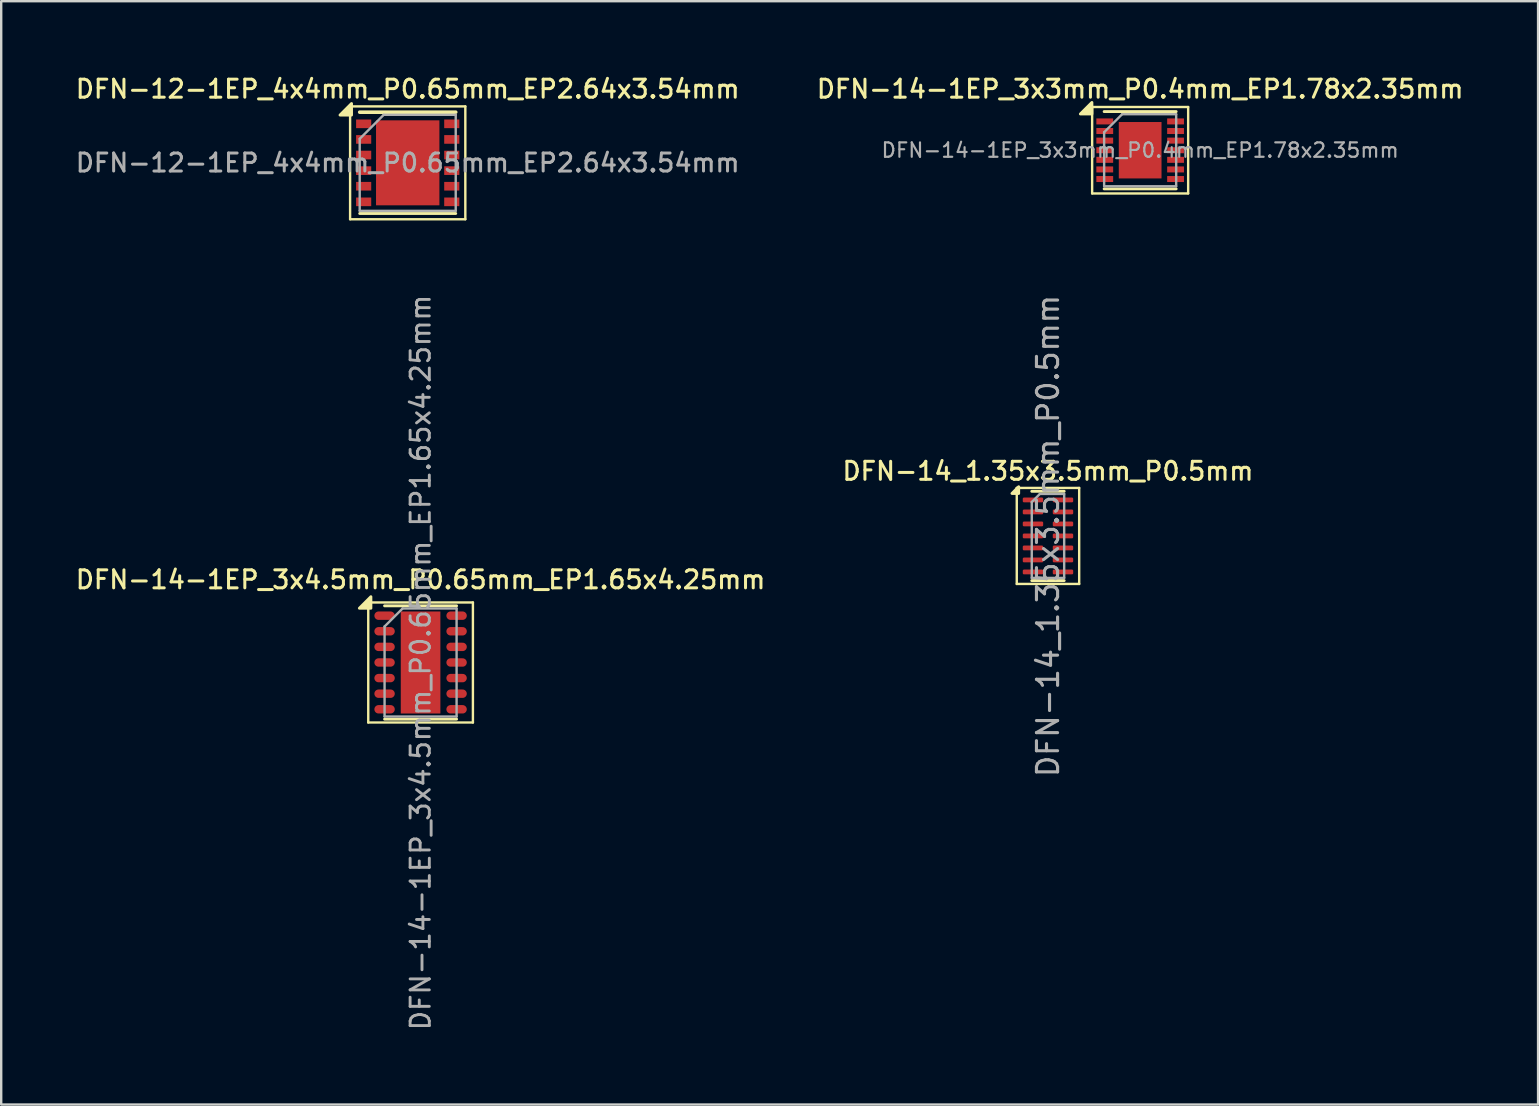
<source format=kicad_pcb>
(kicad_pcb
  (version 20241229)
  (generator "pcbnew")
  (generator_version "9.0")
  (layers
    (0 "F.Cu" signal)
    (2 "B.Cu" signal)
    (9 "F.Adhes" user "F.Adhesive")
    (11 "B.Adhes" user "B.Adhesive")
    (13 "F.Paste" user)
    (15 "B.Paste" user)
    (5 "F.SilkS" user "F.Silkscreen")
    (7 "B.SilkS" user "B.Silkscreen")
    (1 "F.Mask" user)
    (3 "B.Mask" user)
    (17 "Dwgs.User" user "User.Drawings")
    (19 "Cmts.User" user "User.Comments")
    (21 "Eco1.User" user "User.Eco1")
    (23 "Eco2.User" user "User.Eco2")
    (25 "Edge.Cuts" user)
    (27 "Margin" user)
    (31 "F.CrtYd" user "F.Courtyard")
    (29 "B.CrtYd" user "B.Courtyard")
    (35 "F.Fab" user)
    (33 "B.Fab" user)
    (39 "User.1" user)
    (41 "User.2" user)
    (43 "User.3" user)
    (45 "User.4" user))
  (footprint "DFN-14_1.35x3.5mm_P0.5mm"
    (layer "F.Cu")
    (at 40.605 19.276)
    (property "Reference" "DFN-14_1.35x3.5mm_P0.5mm" (at 0 -2.7 0) (layer "F.SilkS") (effects (font (size 0.75 0.75) (thickness 0.125))))
    (attr smd)
    (fp_line (start -1.3 -2) (end -1.3 2) (stroke (width 0.1) (type solid)) (layer "F.SilkS"))
    (fp_line (start -1.3 2) (end 1.3 2) (stroke (width 0.1) (type solid)) (layer "F.SilkS"))
    (fp_line (start -0.675 -1.86) (end 0.675 -1.86) (stroke (width 0.12) (type solid)) (layer "F.SilkS"))
    (fp_line (start -0.675 1.86) (end 0.675 1.86) (stroke (width 0.12) (type solid)) (layer "F.SilkS"))
    (fp_line (start 1.3 -2) (end -1.3 -2) (stroke (width 0.1) (type solid)) (layer "F.SilkS"))
    (fp_line (start 1.3 2) (end 1.3 -2) (stroke (width 0.1) (type solid)) (layer "F.SilkS"))
    (fp_poly (pts (xy -1.22 -1.77) (xy -1.5 -1.77) (xy -1.22 -2.05) (xy -1.22 -1.77)) (stroke (width 0.12) (type solid)) (fill yes) (layer "F.SilkS"))
    (fp_line (start -0.675 -1.413) (end -0.338 -1.75) (stroke (width 0.1) (type solid)) (layer "F.Fab"))
    (fp_line (start -0.675 1.75) (end -0.675 -1.413) (stroke (width 0.1) (type solid)) (layer "F.Fab"))
    (fp_line (start -0.338 -1.75) (end 0.675 -1.75) (stroke (width 0.1) (type solid)) (layer "F.Fab"))
    (fp_line (start 0.675 -1.75) (end 0.675 1.75) (stroke (width 0.1) (type solid)) (layer "F.Fab"))
    (fp_line (start 0.675 1.75) (end -0.675 1.75) (stroke (width 0.1) (type solid)) (layer "F.Fab"))
    (fp_text user "${REFERENCE}" (at 0 0 90) (layer "F.Fab") (effects (font (size 0.88 0.88) (thickness 0.13))))
    (pad "1" smd roundrect (at -0.625 -1.5) (size 0.85 0.2) (layers "F.Cu" "F.Mask" "F.Paste") (roundrect_rratio 0.25))
    (pad "2" smd roundrect (at -0.625 -1) (size 0.85 0.2) (layers "F.Cu" "F.Mask" "F.Paste") (roundrect_rratio 0.25))
    (pad "3" smd roundrect (at -0.625 -0.5) (size 0.85 0.2) (layers "F.Cu" "F.Mask" "F.Paste") (roundrect_rratio 0.25))
    (pad "4" smd roundrect (at -0.625 0) (size 0.85 0.2) (layers "F.Cu" "F.Mask" "F.Paste") (roundrect_rratio 0.25))
    (pad "5" smd roundrect (at -0.625 0.5) (size 0.85 0.2) (layers "F.Cu" "F.Mask" "F.Paste") (roundrect_rratio 0.25))
    (pad "6" smd roundrect (at -0.625 1) (size 0.85 0.2) (layers "F.Cu" "F.Mask" "F.Paste") (roundrect_rratio 0.25))
    (pad "7" smd roundrect (at -0.625 1.5) (size 0.85 0.2) (layers "F.Cu" "F.Mask" "F.Paste") (roundrect_rratio 0.25))
    (pad "8" smd roundrect (at 0.625 1.5) (size 0.85 0.2) (layers "F.Cu" "F.Mask" "F.Paste") (roundrect_rratio 0.25))
    (pad "9" smd roundrect (at 0.625 1) (size 0.85 0.2) (layers "F.Cu" "F.Mask" "F.Paste") (roundrect_rratio 0.25))
    (pad "10" smd roundrect (at 0.625 0.5) (size 0.85 0.2) (layers "F.Cu" "F.Mask" "F.Paste") (roundrect_rratio 0.25))
    (pad "11" smd roundrect (at 0.625 0) (size 0.85 0.2) (layers "F.Cu" "F.Mask" "F.Paste") (roundrect_rratio 0.25))
    (pad "12" smd roundrect (at 0.625 -0.5) (size 0.85 0.2) (layers "F.Cu" "F.Mask" "F.Paste") (roundrect_rratio 0.25))
    (pad "13" smd roundrect (at 0.625 -1) (size 0.85 0.2) (layers "F.Cu" "F.Mask" "F.Paste") (roundrect_rratio 0.25))
    (pad "14" smd roundrect (at 0.625 -1.5) (size 0.85 0.2) (layers "F.Cu" "F.Mask" "F.Paste") (roundrect_rratio 0.25)))
  (footprint "DFN-14-1EP_3x4.5mm_P0.65mm_EP1.65x4.25mm"
    (layer "F.Cu")
    (at 14.47 24.547)
    (property "Reference" "DFN-14-1EP_3x4.5mm_P0.65mm_EP1.65x4.25mm" (at 0 -3.45 0) (layer "F.SilkS") (effects (font (size 0.75 0.75) (thickness 0.125))))
    (attr smd)
    (fp_line (start -2.18 -2.5) (end -2.18 2.5) (stroke (width 0.1) (type solid)) (layer "F.SilkS"))
    (fp_line (start -2.18 2.5) (end 2.18 2.5) (stroke (width 0.1) (type solid)) (layer "F.SilkS"))
    (fp_line (start -1.5 2.36) (end 1.5 2.36) (stroke (width 0.12) (type solid)) (layer "F.SilkS"))
    (fp_line (start 1.5 -2.36) (end -1.5 -2.36) (stroke (width 0.12) (type solid)) (layer "F.SilkS"))
    (fp_line (start 2.18 -2.5) (end -2.18 -2.5) (stroke (width 0.1) (type solid)) (layer "F.SilkS"))
    (fp_line (start 2.18 2.5) (end 2.18 -2.5) (stroke (width 0.1) (type solid)) (layer "F.SilkS"))
    (fp_poly (pts (xy -2.07 -2.26) (xy -2.55 -2.26) (xy -2.07 -2.74) (xy -2.07 -2.26)) (stroke (width 0.12) (type solid)) (fill yes) (layer "F.SilkS"))
    (fp_line (start -1.5 2.25) (end -1.5 -1.5) (stroke (width 0.1) (type solid)) (layer "F.Fab"))
    (fp_line (start -1.5 2.25) (end 1.5 2.25) (stroke (width 0.1) (type solid)) (layer "F.Fab"))
    (fp_line (start -0.75 -2.25) (end -1.5 -1.5) (stroke (width 0.1) (type solid)) (layer "F.Fab"))
    (fp_line (start 1.5 -2.25) (end -0.75 -2.25) (stroke (width 0.1) (type solid)) (layer "F.Fab"))
    (fp_line (start 1.5 2.25) (end 1.5 -2.25) (stroke (width 0.1) (type solid)) (layer "F.Fab"))
    (fp_text user "${REFERENCE}" (at 0 0 90) (layer "F.Fab") (effects (font (size 0.8 0.8) (thickness 0.12))))
    (pad "" smd rect (at -0.412 -1.594) (size 0.66 0.85) (layers "F.Paste"))
    (pad "" smd rect (at -0.412 -0.531) (size 0.66 0.85) (layers "F.Paste"))
    (pad "" smd rect (at -0.412 0.531) (size 0.66 0.85) (layers "F.Paste"))
    (pad "" smd rect (at -0.412 1.594) (size 0.66 0.85) (layers "F.Paste"))
    (pad "" smd rect (at 0.412 -1.594) (size 0.66 0.85) (layers "F.Paste"))
    (pad "" smd rect (at 0.412 -0.531) (size 0.66 0.85) (layers "F.Paste"))
    (pad "" smd rect (at 0.412 0.531) (size 0.66 0.85) (layers "F.Paste"))
    (pad "" smd rect (at 0.412 1.594) (size 0.66 0.85) (layers "F.Paste"))
    (pad "1" smd oval (at -1.5 -1.95) (size 0.85 0.35) (layers "F.Cu" "F.Mask" "F.Paste"))
    (pad "2" smd oval (at -1.5 -1.3) (size 0.85 0.35) (layers "F.Cu" "F.Mask" "F.Paste"))
    (pad "3" smd oval (at -1.5 -0.65) (size 0.85 0.35) (layers "F.Cu" "F.Mask" "F.Paste"))
    (pad "4" smd oval (at -1.5 0) (size 0.85 0.35) (layers "F.Cu" "F.Mask" "F.Paste"))
    (pad "5" smd oval (at -1.5 0.65) (size 0.85 0.35) (layers "F.Cu" "F.Mask" "F.Paste"))
    (pad "6" smd oval (at -1.5 1.3) (size 0.85 0.35) (layers "F.Cu" "F.Mask" "F.Paste"))
    (pad "7" smd oval (at -1.5 1.95) (size 0.85 0.35) (layers "F.Cu" "F.Mask" "F.Paste"))
    (pad "8" smd oval (at 1.5 1.95) (size 0.85 0.35) (layers "F.Cu" "F.Mask" "F.Paste"))
    (pad "9" smd oval (at 1.5 1.3) (size 0.85 0.35) (layers "F.Cu" "F.Mask" "F.Paste"))
    (pad "10" smd oval (at 1.5 0.65) (size 0.85 0.35) (layers "F.Cu" "F.Mask" "F.Paste"))
    (pad "11" smd oval (at 1.5 0) (size 0.85 0.35) (layers "F.Cu" "F.Mask" "F.Paste"))
    (pad "12" smd oval (at 1.5 -0.65) (size 0.85 0.35) (layers "F.Cu" "F.Mask" "F.Paste"))
    (pad "13" smd oval (at 1.5 -1.3) (size 0.85 0.35) (layers "F.Cu" "F.Mask" "F.Paste"))
    (pad "14" smd oval (at 1.5 -1.95) (size 0.85 0.35) (layers "F.Cu" "F.Mask" "F.Paste"))
    (pad "15" smd rect (at 0 0) (size 1.65 4.25) (layers "F.Cu" "F.Mask")))
  (footprint "DFN-14-1EP_3x3mm_P0.4mm_EP1.78x2.35mm"
    (layer "F.Cu")
    (at 44.445 3.208)
    (property "Reference" "DFN-14-1EP_3x3mm_P0.4mm_EP1.78x2.35mm" (at 0 -2.55 0) (layer "F.SilkS") (effects (font (size 0.75 0.75) (thickness 0.125))))
    (attr smd)
    (fp_line (start -2 -1.8) (end -2 1.8) (stroke (width 0.1) (type solid)) (layer "F.SilkS"))
    (fp_line (start -2 -1.8) (end 2 -1.8) (stroke (width 0.1) (type solid)) (layer "F.SilkS"))
    (fp_line (start -2 1.8) (end 2 1.8) (stroke (width 0.1) (type solid)) (layer "F.SilkS"))
    (fp_line (start -1.5 -1.61) (end 1.5 -1.61) (stroke (width 0.12) (type solid)) (layer "F.SilkS"))
    (fp_line (start -1.5 1.61) (end 1.5 1.61) (stroke (width 0.12) (type solid)) (layer "F.SilkS"))
    (fp_line (start 2 -1.8) (end 2 1.8) (stroke (width 0.1) (type solid)) (layer "F.SilkS"))
    (fp_poly (pts (xy -2.01 -1.51) (xy -2.49 -1.51) (xy -2.01 -1.99) (xy -2.01 -1.51)) (stroke (width 0.12) (type solid)) (fill yes) (layer "F.SilkS"))
    (fp_line (start -1.5 -0.75) (end -0.75 -1.5) (stroke (width 0.1) (type solid)) (layer "F.Fab"))
    (fp_line (start -1.5 1.5) (end -1.5 -0.75) (stroke (width 0.1) (type solid)) (layer "F.Fab"))
    (fp_line (start -0.75 -1.5) (end 1.5 -1.5) (stroke (width 0.1) (type solid)) (layer "F.Fab"))
    (fp_line (start 1.5 -1.5) (end 1.5 1.5) (stroke (width 0.1) (type solid)) (layer "F.Fab"))
    (fp_line (start 1.5 1.5) (end -1.5 1.5) (stroke (width 0.1) (type solid)) (layer "F.Fab"))
    (fp_text user "${REFERENCE}" (at 0 0 0) (layer "F.Fab") (effects (font (size 0.6 0.6) (thickness 0.09))))
    (pad "" smd rect (at -0.445 -0.588) (size 0.7 0.97) (layers "F.Paste"))
    (pad "" smd rect (at -0.445 0.588) (size 0.7 0.97) (layers "F.Paste"))
    (pad "" smd rect (at 0.45 -0.588) (size 0.7 0.97) (layers "F.Paste"))
    (pad "" smd rect (at 0.45 0.588) (size 0.7 0.97) (layers "F.Paste"))
    (pad "1" smd rect (at -1.475 -1.2) (size 0.7 0.25) (layers "F.Cu" "F.Mask" "F.Paste"))
    (pad "2" smd rect (at -1.475 -0.8) (size 0.7 0.25) (layers "F.Cu" "F.Mask" "F.Paste"))
    (pad "3" smd rect (at -1.475 -0.4) (size 0.7 0.25) (layers "F.Cu" "F.Mask" "F.Paste"))
    (pad "4" smd rect (at -1.475 0) (size 0.7 0.25) (layers "F.Cu" "F.Mask" "F.Paste"))
    (pad "5" smd rect (at -1.475 0.4) (size 0.7 0.25) (layers "F.Cu" "F.Mask" "F.Paste"))
    (pad "6" smd rect (at -1.475 0.8) (size 0.7 0.25) (layers "F.Cu" "F.Mask" "F.Paste"))
    (pad "7" smd rect (at -1.475 1.2) (size 0.7 0.25) (layers "F.Cu" "F.Mask" "F.Paste"))
    (pad "8" smd rect (at 1.475 1.2) (size 0.7 0.25) (layers "F.Cu" "F.Mask" "F.Paste"))
    (pad "9" smd rect (at 1.475 0.8) (size 0.7 0.25) (layers "F.Cu" "F.Mask" "F.Paste"))
    (pad "10" smd rect (at 1.475 0.4) (size 0.7 0.25) (layers "F.Cu" "F.Mask" "F.Paste"))
    (pad "11" smd rect (at 1.475 0) (size 0.7 0.25) (layers "F.Cu" "F.Mask" "F.Paste"))
    (pad "12" smd rect (at 1.475 -0.4) (size 0.7 0.25) (layers "F.Cu" "F.Mask" "F.Paste"))
    (pad "13" smd rect (at 1.475 -0.8) (size 0.7 0.25) (layers "F.Cu" "F.Mask" "F.Paste"))
    (pad "14" smd rect (at 1.475 -1.2) (size 0.7 0.25) (layers "F.Cu" "F.Mask" "F.Paste"))
    (pad "15" smd rect (at 0 0) (size 1.78 2.35) (layers "F.Cu" "F.Mask")))
  (footprint "DFN-12-1EP_4x4mm_P0.65mm_EP2.64x3.54mm"
    (layer "F.Cu")
    (at 13.934 3.733)
    (property "Reference" "DFN-12-1EP_4x4mm_P0.65mm_EP2.64x3.54mm" (at 0 -3.075 0) (layer "F.SilkS") (effects (font (size 0.75 0.75) (thickness 0.125))))
    (attr smd)
    (fp_line (start -2.4 -2.35) (end -2.4 2.35) (stroke (width 0.1) (type solid)) (layer "F.SilkS"))
    (fp_line (start -2.4 -2.35) (end 2.4 -2.35) (stroke (width 0.1) (type solid)) (layer "F.SilkS"))
    (fp_line (start -2.4 2.35) (end 2.4 2.35) (stroke (width 0.1) (type solid)) (layer "F.SilkS"))
    (fp_line (start -2 -2.11) (end 2 -2.11) (stroke (width 0.15) (type solid)) (layer "F.SilkS"))
    (fp_line (start -2 2.11) (end 2 2.11) (stroke (width 0.12) (type solid)) (layer "F.SilkS"))
    (fp_line (start 2.4 -2.35) (end 2.4 2.35) (stroke (width 0.1) (type solid)) (layer "F.SilkS"))
    (fp_poly (pts (xy -2.34 -1.99) (xy -2.82 -1.99) (xy -2.34 -2.47) (xy -2.34 -1.99)) (stroke (width 0.12) (type solid)) (fill yes) (layer "F.SilkS"))
    (fp_line (start -2 -1) (end -1 -2) (stroke (width 0.1) (type solid)) (layer "F.Fab"))
    (fp_line (start -2 2) (end -2 -1) (stroke (width 0.1) (type solid)) (layer "F.Fab"))
    (fp_line (start -1 -2) (end 2 -2) (stroke (width 0.1) (type solid)) (layer "F.Fab"))
    (fp_line (start 2 -2) (end 2 2) (stroke (width 0.1) (type solid)) (layer "F.Fab"))
    (fp_line (start 2 2) (end -2 2) (stroke (width 0.1) (type solid)) (layer "F.Fab"))
    (fp_text user "${REFERENCE}" (at 0 0 0) (layer "F.Fab") (effects (font (size 0.75 0.75) (thickness 0.125))))
    (pad "" smd rect (at -0.66 -1.327) (size 1.1 0.7) (layers "F.Paste"))
    (pad "" smd rect (at -0.66 -0.443) (size 1.1 0.7) (layers "F.Paste"))
    (pad "" smd rect (at -0.66 0.443) (size 1.1 0.7) (layers "F.Paste"))
    (pad "" smd rect (at -0.66 1.327) (size 1.1 0.7) (layers "F.Paste"))
    (pad "" smd rect (at 0.66 -1.327) (size 1.1 0.7) (layers "F.Paste"))
    (pad "" smd rect (at 0.66 -0.443) (size 1.1 0.7) (layers "F.Paste"))
    (pad "" smd rect (at 0.66 0.443) (size 1.1 0.7) (layers "F.Paste"))
    (pad "" smd rect (at 0.66 1.327) (size 1.1 0.7) (layers "F.Paste"))
    (pad "1" smd rect (at -1.835 -1.625) (size 0.63 0.36) (layers "F.Cu" "F.Mask" "F.Paste"))
    (pad "2" smd rect (at -1.835 -0.975) (size 0.63 0.36) (layers "F.Cu" "F.Mask" "F.Paste"))
    (pad "3" smd rect (at -1.835 -0.325) (size 0.63 0.36) (layers "F.Cu" "F.Mask" "F.Paste"))
    (pad "4" smd rect (at -1.835 0.325) (size 0.63 0.36) (layers "F.Cu" "F.Mask" "F.Paste"))
    (pad "5" smd rect (at -1.835 0.975) (size 0.63 0.36) (layers "F.Cu" "F.Mask" "F.Paste"))
    (pad "6" smd rect (at -1.835 1.625) (size 0.63 0.36) (layers "F.Cu" "F.Mask" "F.Paste"))
    (pad "7" smd rect (at 1.835 1.625) (size 0.63 0.36) (layers "F.Cu" "F.Mask" "F.Paste"))
    (pad "8" smd rect (at 1.835 0.975) (size 0.63 0.36) (layers "F.Cu" "F.Mask" "F.Paste"))
    (pad "9" smd rect (at 1.835 0.325) (size 0.63 0.36) (layers "F.Cu" "F.Mask" "F.Paste"))
    (pad "10" smd rect (at 1.835 -0.325) (size 0.63 0.36) (layers "F.Cu" "F.Mask" "F.Paste"))
    (pad "11" smd rect (at 1.835 -0.975) (size 0.63 0.36) (layers "F.Cu" "F.Mask" "F.Paste"))
    (pad "12" smd rect (at 1.835 -1.625) (size 0.63 0.36) (layers "F.Cu" "F.Mask" "F.Paste"))
    (pad "13" smd rect (at 0 0) (size 2.64 3.54) (layers "F.Cu" "F.Mask")))
  (gr_rect
    (start -3 -3)
    (end 61.021 42.962)
    (stroke (width 0.1) (type default))
    (fill no)
    (layer "Edge.Cuts")))
</source>
